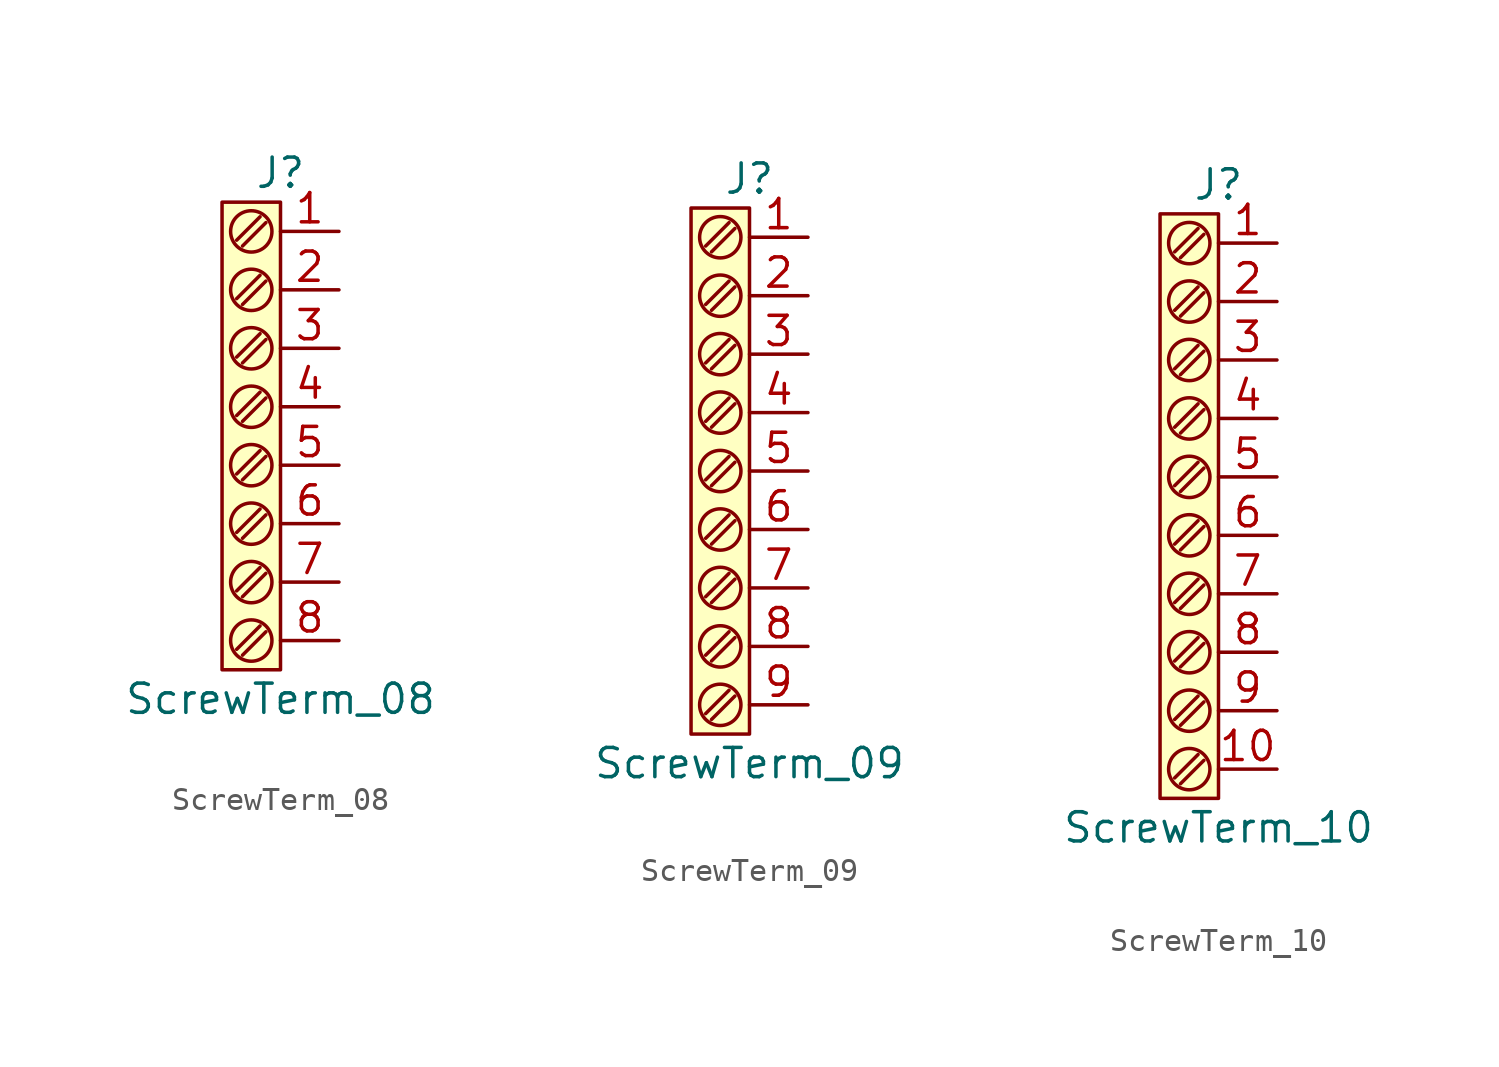
<source format=kicad_sym>
(kicad_symbol_lib
  (version 20220914)
  (generator kicad_symbol_editor)
  (symbol "ScrewTerm_08"
    (property "Reference" "J"
      (at 0 11.43 0)
      (effects (font (size 1.27 1.27))))
    (property "Value" "ScrewTerm_08"
      (at 0 -11.43 0)
      (effects (font (size 1.27 1.27))))
    (symbol "ScrewTerm_08_0_1"
      (circle (center -1.27 -8.89) (radius 0.898) (stroke (width 0) (type default)) (fill (type none)))
      (circle (center -1.27 -6.35) (radius 0.898) (stroke (width 0) (type default)) (fill (type none)))
      (circle (center -1.27 -3.81) (radius 0.898) (stroke (width 0) (type default)) (fill (type none)))
      (circle (center -1.27 -1.27) (radius 0.898) (stroke (width 0) (type default)) (fill (type none)))
      (circle (center -1.27 1.27) (radius 0.898) (stroke (width 0) (type default)) (fill (type none)))
      (circle (center -1.27 3.81) (radius 0.898) (stroke (width 0) (type default)) (fill (type none)))
      (circle (center -1.27 6.35) (radius 0.898) (stroke (width 0) (type default)) (fill (type none)))
      (circle (center -1.27 8.89) (radius 0.898) (stroke (width 0) (type default)) (fill (type none)))
      (polyline (pts (xy -1.905 -9.271) (xy -0.889 -8.255)) (stroke (width 0) (type default)) (fill (type none)))
      (polyline (pts (xy -1.905 -6.731) (xy -0.889 -5.715)) (stroke (width 0) (type default)) (fill (type none)))
      (polyline (pts (xy -1.905 -4.191) (xy -0.889 -3.175)) (stroke (width 0) (type default)) (fill (type none)))
      (polyline (pts (xy -1.905 -1.651) (xy -0.889 -0.635)) (stroke (width 0) (type default)) (fill (type none)))
      (polyline (pts (xy -1.905 0.889) (xy -0.889 1.905)) (stroke (width 0) (type default)) (fill (type none)))
      (polyline (pts (xy -1.905 3.429) (xy -0.889 4.445)) (stroke (width 0) (type default)) (fill (type none)))
      (polyline (pts (xy -1.905 5.969) (xy -0.889 6.985)) (stroke (width 0) (type default)) (fill (type none)))
      (polyline (pts (xy -1.905 8.509) (xy -0.889 9.525)) (stroke (width 0) (type default)) (fill (type none)))
      (polyline (pts (xy -1.651 -9.525) (xy -0.635 -8.509)) (stroke (width 0) (type default)) (fill (type none)))
      (polyline (pts (xy -1.651 -6.985) (xy -0.635 -5.969)) (stroke (width 0) (type default)) (fill (type none)))
      (polyline (pts (xy -1.651 -4.445) (xy -0.635 -3.429)) (stroke (width 0) (type default)) (fill (type none)))
      (polyline (pts (xy -1.651 -1.905) (xy -0.635 -0.889)) (stroke (width 0) (type default)) (fill (type none)))
      (polyline (pts (xy -1.651 0.635) (xy -0.635 1.651)) (stroke (width 0) (type default)) (fill (type none)))
      (polyline (pts (xy -1.651 3.175) (xy -0.635 4.191)) (stroke (width 0) (type default)) (fill (type none)))
      (polyline (pts (xy -1.651 5.715) (xy -0.635 6.731)) (stroke (width 0) (type default)) (fill (type none)))
      (polyline (pts (xy -1.651 8.255) (xy -0.635 9.271)) (stroke (width 0) (type default)) (fill (type none))))
    (symbol "ScrewTerm_08_1_1"
      (rectangle (start -2.54 10.16) (end 0 -10.16) (stroke (width 0) (type default)) (fill (type background)))
      (pin passive line (at 2.54 8.89 180) (length 2.54) (name "" (effects (font (size 1.27 1.27)))) (number "1" (effects (font (size 1.27 1.27)))))
      (pin passive line (at 2.54 6.35 180) (length 2.54) (name "" (effects (font (size 1.27 1.27)))) (number "2" (effects (font (size 1.27 1.27)))))
      (pin passive line (at 2.54 3.81 180) (length 2.54) (name "" (effects (font (size 1.27 1.27)))) (number "3" (effects (font (size 1.27 1.27)))))
      (pin passive line (at 2.54 1.27 180) (length 2.54) (name "" (effects (font (size 1.27 1.27)))) (number "4" (effects (font (size 1.27 1.27)))))
      (pin passive line (at 2.54 -1.27 180) (length 2.54) (name "" (effects (font (size 1.27 1.27)))) (number "5" (effects (font (size 1.27 1.27)))))
      (pin passive line (at 2.54 -3.81 180) (length 2.54) (name "" (effects (font (size 1.27 1.27)))) (number "6" (effects (font (size 1.27 1.27)))))
      (pin passive line (at 2.54 -6.35 180) (length 2.54) (name "" (effects (font (size 1.27 1.27)))) (number "7" (effects (font (size 1.27 1.27)))))
      (pin passive line (at 2.54 -8.89 180) (length 2.54) (name "" (effects (font (size 1.27 1.27)))) (number "8" (effects (font (size 1.27 1.27)))))))
  (symbol "ScrewTerm_09"
    (property "Reference" "J"
      (at 0 12.7 0)
      (effects (font (size 1.27 1.27))))
    (property "Value" "ScrewTerm_09"
      (at 0 -12.7 0)
      (effects (font (size 1.27 1.27))))
    (symbol "ScrewTerm_09_0_1"
      (circle (center -1.27 -10.16) (radius 0.898) (stroke (width 0) (type default)) (fill (type none)))
      (circle (center -1.27 -7.62) (radius 0.898) (stroke (width 0) (type default)) (fill (type none)))
      (circle (center -1.27 -5.08) (radius 0.898) (stroke (width 0) (type default)) (fill (type none)))
      (circle (center -1.27 -2.54) (radius 0.898) (stroke (width 0) (type default)) (fill (type none)))
      (circle (center -1.27 0) (radius 0.898) (stroke (width 0) (type default)) (fill (type none)))
      (circle (center -1.27 2.54) (radius 0.898) (stroke (width 0) (type default)) (fill (type none)))
      (circle (center -1.27 5.08) (radius 0.898) (stroke (width 0) (type default)) (fill (type none)))
      (circle (center -1.27 7.62) (radius 0.898) (stroke (width 0) (type default)) (fill (type none)))
      (circle (center -1.27 10.16) (radius 0.898) (stroke (width 0) (type default)) (fill (type none)))
      (polyline (pts (xy -1.905 -10.541) (xy -0.889 -9.525)) (stroke (width 0) (type default)) (fill (type none)))
      (polyline (pts (xy -1.905 -8.001) (xy -0.889 -6.985)) (stroke (width 0) (type default)) (fill (type none)))
      (polyline (pts (xy -1.905 -5.461) (xy -0.889 -4.445)) (stroke (width 0) (type default)) (fill (type none)))
      (polyline (pts (xy -1.905 -2.921) (xy -0.889 -1.905)) (stroke (width 0) (type default)) (fill (type none)))
      (polyline (pts (xy -1.905 -0.381) (xy -0.889 0.635)) (stroke (width 0) (type default)) (fill (type none)))
      (polyline (pts (xy -1.905 2.159) (xy -0.889 3.175)) (stroke (width 0) (type default)) (fill (type none)))
      (polyline (pts (xy -1.905 4.699) (xy -0.889 5.715)) (stroke (width 0) (type default)) (fill (type none)))
      (polyline (pts (xy -1.905 7.239) (xy -0.889 8.255)) (stroke (width 0) (type default)) (fill (type none)))
      (polyline (pts (xy -1.905 9.779) (xy -0.889 10.795)) (stroke (width 0) (type default)) (fill (type none)))
      (polyline (pts (xy -1.651 -10.795) (xy -0.635 -9.779)) (stroke (width 0) (type default)) (fill (type none)))
      (polyline (pts (xy -1.651 -8.255) (xy -0.635 -7.239)) (stroke (width 0) (type default)) (fill (type none)))
      (polyline (pts (xy -1.651 -5.715) (xy -0.635 -4.699)) (stroke (width 0) (type default)) (fill (type none)))
      (polyline (pts (xy -1.651 -3.175) (xy -0.635 -2.159)) (stroke (width 0) (type default)) (fill (type none)))
      (polyline (pts (xy -1.651 -0.635) (xy -0.635 0.381)) (stroke (width 0) (type default)) (fill (type none)))
      (polyline (pts (xy -1.651 1.905) (xy -0.635 2.921)) (stroke (width 0) (type default)) (fill (type none)))
      (polyline (pts (xy -1.651 4.445) (xy -0.635 5.461)) (stroke (width 0) (type default)) (fill (type none)))
      (polyline (pts (xy -1.651 6.985) (xy -0.635 8.001)) (stroke (width 0) (type default)) (fill (type none)))
      (polyline (pts (xy -1.651 9.525) (xy -0.635 10.541)) (stroke (width 0) (type default)) (fill (type none))))
    (symbol "ScrewTerm_09_1_1"
      (rectangle (start -2.54 11.43) (end 0 -11.43) (stroke (width 0) (type default)) (fill (type background)))
      (pin passive line (at 2.54 10.16 180) (length 2.54) (name "" (effects (font (size 1.27 1.27)))) (number "1" (effects (font (size 1.27 1.27)))))
      (pin passive line (at 2.54 7.62 180) (length 2.54) (name "" (effects (font (size 1.27 1.27)))) (number "2" (effects (font (size 1.27 1.27)))))
      (pin passive line (at 2.54 5.08 180) (length 2.54) (name "" (effects (font (size 1.27 1.27)))) (number "3" (effects (font (size 1.27 1.27)))))
      (pin passive line (at 2.54 2.54 180) (length 2.54) (name "" (effects (font (size 1.27 1.27)))) (number "4" (effects (font (size 1.27 1.27)))))
      (pin passive line (at 2.54 0 180) (length 2.54) (name "" (effects (font (size 1.27 1.27)))) (number "5" (effects (font (size 1.27 1.27)))))
      (pin passive line (at 2.54 -2.54 180) (length 2.54) (name "" (effects (font (size 1.27 1.27)))) (number "6" (effects (font (size 1.27 1.27)))))
      (pin passive line (at 2.54 -5.08 180) (length 2.54) (name "" (effects (font (size 1.27 1.27)))) (number "7" (effects (font (size 1.27 1.27)))))
      (pin passive line (at 2.54 -7.62 180) (length 2.54) (name "" (effects (font (size 1.27 1.27)))) (number "8" (effects (font (size 1.27 1.27)))))
      (pin passive line (at 2.54 -10.16 180) (length 2.54) (name "" (effects (font (size 1.27 1.27)))) (number "9" (effects (font (size 1.27 1.27)))))))
  (symbol "ScrewTerm_10"
    (property "Reference" "J"
      (at 0 13.97 0)
      (effects (font (size 1.27 1.27))))
    (property "Value" "ScrewTerm_10"
      (at 0 -13.97 0)
      (effects (font (size 1.27 1.27))))
    (symbol "ScrewTerm_10_0_1"
      (circle (center -1.27 -11.43) (radius 0.898) (stroke (width 0) (type default)) (fill (type none)))
      (circle (center -1.27 -8.89) (radius 0.898) (stroke (width 0) (type default)) (fill (type none)))
      (circle (center -1.27 -6.35) (radius 0.898) (stroke (width 0) (type default)) (fill (type none)))
      (circle (center -1.27 -3.81) (radius 0.898) (stroke (width 0) (type default)) (fill (type none)))
      (circle (center -1.27 -1.27) (radius 0.898) (stroke (width 0) (type default)) (fill (type none)))
      (circle (center -1.27 1.27) (radius 0.898) (stroke (width 0) (type default)) (fill (type none)))
      (circle (center -1.27 3.81) (radius 0.898) (stroke (width 0) (type default)) (fill (type none)))
      (circle (center -1.27 6.35) (radius 0.898) (stroke (width 0) (type default)) (fill (type none)))
      (circle (center -1.27 8.89) (radius 0.898) (stroke (width 0) (type default)) (fill (type none)))
      (circle (center -1.27 11.43) (radius 0.898) (stroke (width 0) (type default)) (fill (type none)))
      (polyline (pts (xy -1.905 -11.811) (xy -0.889 -10.795)) (stroke (width 0) (type default)) (fill (type none)))
      (polyline (pts (xy -1.905 -9.271) (xy -0.889 -8.255)) (stroke (width 0) (type default)) (fill (type none)))
      (polyline (pts (xy -1.905 -6.731) (xy -0.889 -5.715)) (stroke (width 0) (type default)) (fill (type none)))
      (polyline (pts (xy -1.905 -4.191) (xy -0.889 -3.175)) (stroke (width 0) (type default)) (fill (type none)))
      (polyline (pts (xy -1.905 -1.651) (xy -0.889 -0.635)) (stroke (width 0) (type default)) (fill (type none)))
      (polyline (pts (xy -1.905 0.889) (xy -0.889 1.905)) (stroke (width 0) (type default)) (fill (type none)))
      (polyline (pts (xy -1.905 3.429) (xy -0.889 4.445)) (stroke (width 0) (type default)) (fill (type none)))
      (polyline (pts (xy -1.905 5.969) (xy -0.889 6.985)) (stroke (width 0) (type default)) (fill (type none)))
      (polyline (pts (xy -1.905 8.509) (xy -0.889 9.525)) (stroke (width 0) (type default)) (fill (type none)))
      (polyline (pts (xy -1.905 11.049) (xy -0.889 12.065)) (stroke (width 0) (type default)) (fill (type none)))
      (polyline (pts (xy -1.651 -12.065) (xy -0.635 -11.049)) (stroke (width 0) (type default)) (fill (type none)))
      (polyline (pts (xy -1.651 -9.525) (xy -0.635 -8.509)) (stroke (width 0) (type default)) (fill (type none)))
      (polyline (pts (xy -1.651 -6.985) (xy -0.635 -5.969)) (stroke (width 0) (type default)) (fill (type none)))
      (polyline (pts (xy -1.651 -4.445) (xy -0.635 -3.429)) (stroke (width 0) (type default)) (fill (type none)))
      (polyline (pts (xy -1.651 -1.905) (xy -0.635 -0.889)) (stroke (width 0) (type default)) (fill (type none)))
      (polyline (pts (xy -1.651 0.635) (xy -0.635 1.651)) (stroke (width 0) (type default)) (fill (type none)))
      (polyline (pts (xy -1.651 3.175) (xy -0.635 4.191)) (stroke (width 0) (type default)) (fill (type none)))
      (polyline (pts (xy -1.651 5.715) (xy -0.635 6.731)) (stroke (width 0) (type default)) (fill (type none)))
      (polyline (pts (xy -1.651 8.255) (xy -0.635 9.271)) (stroke (width 0) (type default)) (fill (type none)))
      (polyline (pts (xy -1.651 10.795) (xy -0.635 11.811)) (stroke (width 0) (type default)) (fill (type none))))
    (symbol "ScrewTerm_10_1_1"
      (rectangle (start -2.54 12.7) (end 0 -12.7) (stroke (width 0) (type default)) (fill (type background)))
      (pin passive line (at 2.54 11.43 180) (length 2.54) (name "" (effects (font (size 1.27 1.27)))) (number "1" (effects (font (size 1.27 1.27)))))
      (pin passive line (at 2.54 -11.43 180) (length 2.54) (name "" (effects (font (size 1.27 1.27)))) (number "10" (effects (font (size 1.27 1.27)))))
      (pin passive line (at 2.54 8.89 180) (length 2.54) (name "" (effects (font (size 1.27 1.27)))) (number "2" (effects (font (size 1.27 1.27)))))
      (pin passive line (at 2.54 6.35 180) (length 2.54) (name "" (effects (font (size 1.27 1.27)))) (number "3" (effects (font (size 1.27 1.27)))))
      (pin passive line (at 2.54 3.81 180) (length 2.54) (name "" (effects (font (size 1.27 1.27)))) (number "4" (effects (font (size 1.27 1.27)))))
      (pin passive line (at 2.54 1.27 180) (length 2.54) (name "" (effects (font (size 1.27 1.27)))) (number "5" (effects (font (size 1.27 1.27)))))
      (pin passive line (at 2.54 -1.27 180) (length 2.54) (name "" (effects (font (size 1.27 1.27)))) (number "6" (effects (font (size 1.27 1.27)))))
      (pin passive line (at 2.54 -3.81 180) (length 2.54) (name "" (effects (font (size 1.27 1.27)))) (number "7" (effects (font (size 1.27 1.27)))))
      (pin passive line (at 2.54 -6.35 180) (length 2.54) (name "" (effects (font (size 1.27 1.27)))) (number "8" (effects (font (size 1.27 1.27)))))
      (pin passive line (at 2.54 -8.89 180) (length 2.54) (name "" (effects (font (size 1.27 1.27)))) (number "9" (effects (font (size 1.27 1.27))))))))
</source>
